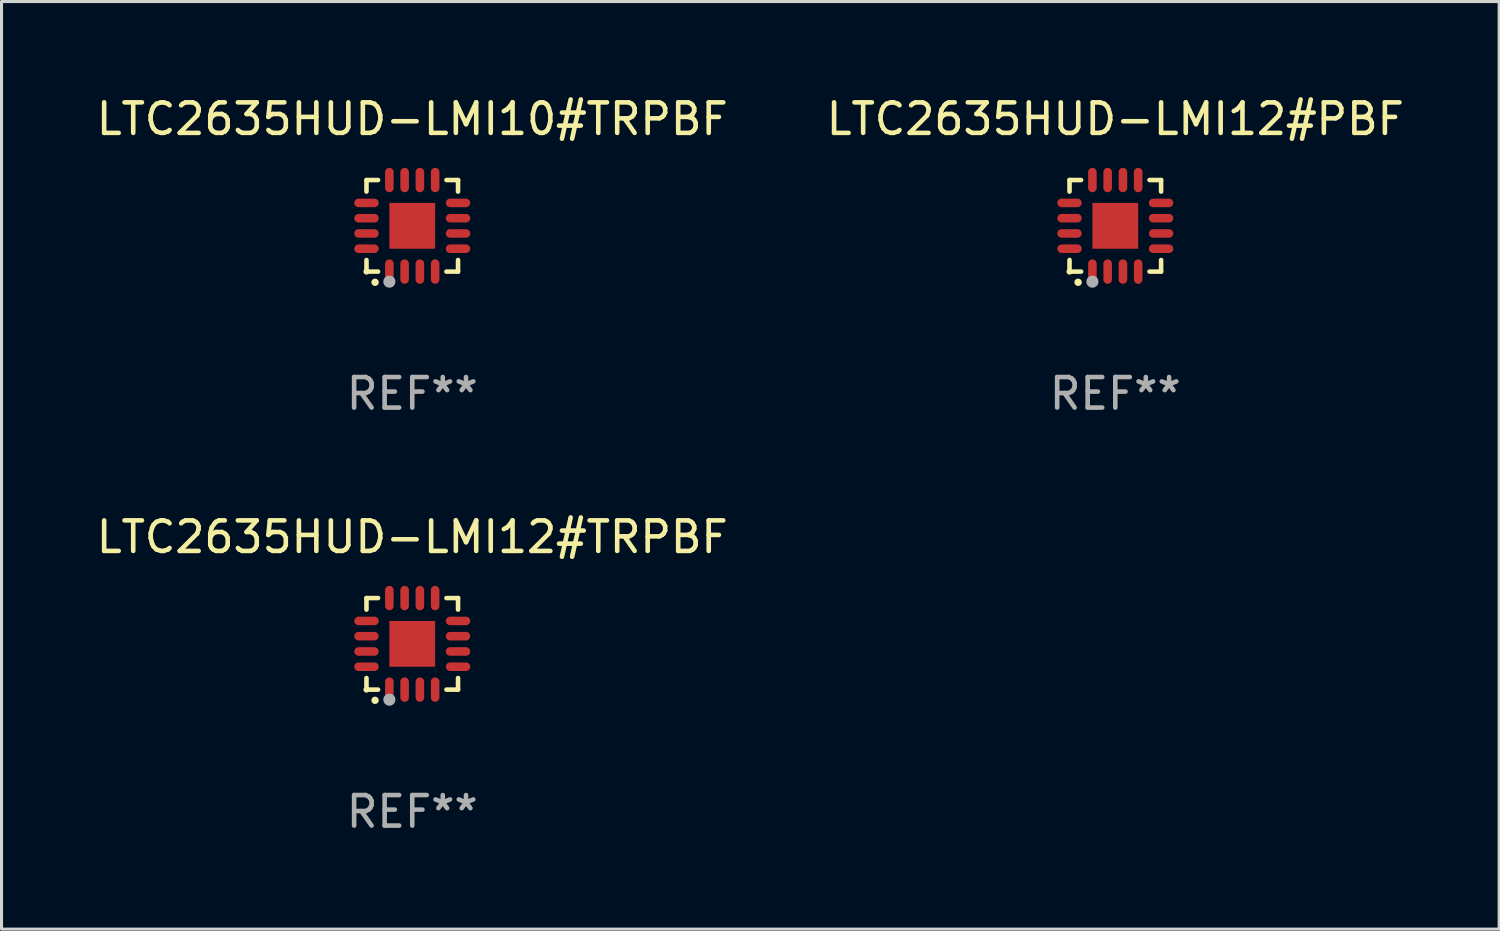
<source format=kicad_pcb>
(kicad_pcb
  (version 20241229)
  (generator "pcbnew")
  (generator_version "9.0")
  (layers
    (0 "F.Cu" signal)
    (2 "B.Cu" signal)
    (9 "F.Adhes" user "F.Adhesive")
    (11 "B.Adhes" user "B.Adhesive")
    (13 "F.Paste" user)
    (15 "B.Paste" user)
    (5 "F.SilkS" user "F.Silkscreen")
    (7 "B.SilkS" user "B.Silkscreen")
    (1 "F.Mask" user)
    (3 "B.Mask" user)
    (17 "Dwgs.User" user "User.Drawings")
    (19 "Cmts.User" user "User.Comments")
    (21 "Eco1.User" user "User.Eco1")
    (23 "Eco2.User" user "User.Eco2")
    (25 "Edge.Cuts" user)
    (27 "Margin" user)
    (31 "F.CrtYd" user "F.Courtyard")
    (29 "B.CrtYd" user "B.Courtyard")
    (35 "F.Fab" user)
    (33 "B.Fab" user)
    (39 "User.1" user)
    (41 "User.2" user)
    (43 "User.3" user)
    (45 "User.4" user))
  (footprint "LTC2635HUD-LMI10#TRPBF"
    (layer "F.Cu")
    (at 10.458 4.349)
    (property "Reference" "LTC2635HUD-LMI10#TRPBF" (at 0 -3.5 0) (layer "F.SilkS") (effects (font (size 1 1) (thickness 0.15))))
    (attr through_hole)
    (fp_line (start -1.5 -1.5) (end -1.121 -1.5) (stroke (width 0.15) (type solid)) (layer "F.SilkS"))
    (fp_line (start -1.5 -1.122) (end -1.5 -1.5) (stroke (width 0.15) (type solid)) (layer "F.SilkS"))
    (fp_line (start -1.5 1.5) (end -1.5 1.121) (stroke (width 0.15) (type solid)) (layer "F.SilkS"))
    (fp_line (start -1.121 1.5) (end -1.5 1.5) (stroke (width 0.15) (type solid)) (layer "F.SilkS"))
    (fp_line (start 1.121 -1.5) (end 1.5 -1.5) (stroke (width 0.15) (type solid)) (layer "F.SilkS"))
    (fp_line (start 1.5 -1.5) (end 1.5 -1.122) (stroke (width 0.15) (type solid)) (layer "F.SilkS"))
    (fp_line (start 1.5 1.121) (end 1.5 1.5) (stroke (width 0.15) (type solid)) (layer "F.SilkS"))
    (fp_line (start 1.5 1.5) (end 1.121 1.5) (stroke (width 0.15) (type solid)) (layer "F.SilkS"))
    (fp_arc (start -1.219926 1.850254) (mid -1.21891 1.85025) (end -1.217894 1.850254) (stroke (width 0.240005) (type solid)) (layer "F.SilkS"))
    (fp_circle (center -1.5 1.5) (end -1.45 1.5) (stroke (width 0.1) (type solid)) (fill no) (layer "F.SilkS"))
    (fp_circle (center -0.75 1.83) (end -0.65 1.83) (stroke (width 0.2) (type solid)) (fill no) (layer "F.Fab"))
    (fp_text user "REF**" (at 0 5.5 0) (layer "F.Fab") (effects (font (size 1 1) (thickness 0.15))))
    (pad "1" smd oval (at -0.75 1.5) (size 0.28 0.8) (layers "F.Cu" "F.Mask" "F.Paste"))
    (pad "2" smd oval (at -0.25 1.5) (size 0.28 0.8) (layers "F.Cu" "F.Mask" "F.Paste"))
    (pad "3" smd oval (at 0.25 1.5) (size 0.28 0.8) (layers "F.Cu" "F.Mask" "F.Paste"))
    (pad "4" smd oval (at 0.75 1.5) (size 0.28 0.8) (layers "F.Cu" "F.Mask" "F.Paste"))
    (pad "5" smd oval (at 1.5 0.75) (size 0.8 0.28) (layers "F.Cu" "F.Mask" "F.Paste"))
    (pad "6" smd oval (at 1.5 0.25) (size 0.8 0.28) (layers "F.Cu" "F.Mask" "F.Paste"))
    (pad "7" smd oval (at 1.5 -0.25) (size 0.8 0.28) (layers "F.Cu" "F.Mask" "F.Paste"))
    (pad "8" smd oval (at 1.5 -0.75) (size 0.8 0.28) (layers "F.Cu" "F.Mask" "F.Paste"))
    (pad "9" smd oval (at 0.75 -1.5) (size 0.28 0.8) (layers "F.Cu" "F.Mask" "F.Paste"))
    (pad "10" smd oval (at 0.25 -1.5) (size 0.28 0.8) (layers "F.Cu" "F.Mask" "F.Paste"))
    (pad "11" smd oval (at -0.25 -1.5) (size 0.28 0.8) (layers "F.Cu" "F.Mask" "F.Paste"))
    (pad "12" smd oval (at -0.75 -1.5) (size 0.28 0.8) (layers "F.Cu" "F.Mask" "F.Paste"))
    (pad "13" smd oval (at -1.5 -0.75) (size 0.8 0.28) (layers "F.Cu" "F.Mask" "F.Paste"))
    (pad "14" smd oval (at -1.5 -0.25) (size 0.8 0.28) (layers "F.Cu" "F.Mask" "F.Paste"))
    (pad "15" smd oval (at -1.5 0.25) (size 0.8 0.28) (layers "F.Cu" "F.Mask" "F.Paste"))
    (pad "16" smd oval (at -1.5 0.75) (size 0.8 0.28) (layers "F.Cu" "F.Mask" "F.Paste"))
    (pad "17" smd rect (at -0.000064 0.000165) (size 1.5 1.5) (layers "F.Cu" "F.Mask" "F.Paste")))
  (footprint "LTC2635HUD-LMI12#TRPBF"
    (layer "F.Cu")
    (at 10.458 18.046)
    (property "Reference" "LTC2635HUD-LMI12#TRPBF" (at 0 -3.5 0) (layer "F.SilkS") (effects (font (size 1 1) (thickness 0.15))))
    (attr through_hole)
    (fp_line (start -1.5 -1.5) (end -1.121 -1.5) (stroke (width 0.15) (type solid)) (layer "F.SilkS"))
    (fp_line (start -1.5 -1.122) (end -1.5 -1.5) (stroke (width 0.15) (type solid)) (layer "F.SilkS"))
    (fp_line (start -1.5 1.5) (end -1.5 1.121) (stroke (width 0.15) (type solid)) (layer "F.SilkS"))
    (fp_line (start -1.121 1.5) (end -1.5 1.5) (stroke (width 0.15) (type solid)) (layer "F.SilkS"))
    (fp_line (start 1.121 -1.5) (end 1.5 -1.5) (stroke (width 0.15) (type solid)) (layer "F.SilkS"))
    (fp_line (start 1.5 -1.5) (end 1.5 -1.122) (stroke (width 0.15) (type solid)) (layer "F.SilkS"))
    (fp_line (start 1.5 1.121) (end 1.5 1.5) (stroke (width 0.15) (type solid)) (layer "F.SilkS"))
    (fp_line (start 1.5 1.5) (end 1.121 1.5) (stroke (width 0.15) (type solid)) (layer "F.SilkS"))
    (fp_arc (start -1.219926 1.850254) (mid -1.21891 1.85025) (end -1.217894 1.850254) (stroke (width 0.240005) (type solid)) (layer "F.SilkS"))
    (fp_circle (center -1.5 1.5) (end -1.45 1.5) (stroke (width 0.1) (type solid)) (fill no) (layer "F.SilkS"))
    (fp_circle (center -0.75 1.83) (end -0.65 1.83) (stroke (width 0.2) (type solid)) (fill no) (layer "F.Fab"))
    (fp_text user "REF**" (at 0 5.5 0) (layer "F.Fab") (effects (font (size 1 1) (thickness 0.15))))
    (pad "1" smd oval (at -0.75 1.5) (size 0.28 0.8) (layers "F.Cu" "F.Mask" "F.Paste"))
    (pad "2" smd oval (at -0.25 1.5) (size 0.28 0.8) (layers "F.Cu" "F.Mask" "F.Paste"))
    (pad "3" smd oval (at 0.25 1.5) (size 0.28 0.8) (layers "F.Cu" "F.Mask" "F.Paste"))
    (pad "4" smd oval (at 0.75 1.5) (size 0.28 0.8) (layers "F.Cu" "F.Mask" "F.Paste"))
    (pad "5" smd oval (at 1.5 0.75) (size 0.8 0.28) (layers "F.Cu" "F.Mask" "F.Paste"))
    (pad "6" smd oval (at 1.5 0.25) (size 0.8 0.28) (layers "F.Cu" "F.Mask" "F.Paste"))
    (pad "7" smd oval (at 1.5 -0.25) (size 0.8 0.28) (layers "F.Cu" "F.Mask" "F.Paste"))
    (pad "8" smd oval (at 1.5 -0.75) (size 0.8 0.28) (layers "F.Cu" "F.Mask" "F.Paste"))
    (pad "9" smd oval (at 0.75 -1.5) (size 0.28 0.8) (layers "F.Cu" "F.Mask" "F.Paste"))
    (pad "10" smd oval (at 0.25 -1.5) (size 0.28 0.8) (layers "F.Cu" "F.Mask" "F.Paste"))
    (pad "11" smd oval (at -0.25 -1.5) (size 0.28 0.8) (layers "F.Cu" "F.Mask" "F.Paste"))
    (pad "12" smd oval (at -0.75 -1.5) (size 0.28 0.8) (layers "F.Cu" "F.Mask" "F.Paste"))
    (pad "13" smd oval (at -1.5 -0.75) (size 0.8 0.28) (layers "F.Cu" "F.Mask" "F.Paste"))
    (pad "14" smd oval (at -1.5 -0.25) (size 0.8 0.28) (layers "F.Cu" "F.Mask" "F.Paste"))
    (pad "15" smd oval (at -1.5 0.25) (size 0.8 0.28) (layers "F.Cu" "F.Mask" "F.Paste"))
    (pad "16" smd oval (at -1.5 0.75) (size 0.8 0.28) (layers "F.Cu" "F.Mask" "F.Paste"))
    (pad "17" smd rect (at -0.000064 0.000165) (size 1.5 1.5) (layers "F.Cu" "F.Mask" "F.Paste")))
  (footprint "LTC2635HUD-LMI12#PBF"
    (layer "F.Cu")
    (at 33.494 4.349)
    (property "Reference" "LTC2635HUD-LMI12#PBF" (at 0 -3.5 0) (layer "F.SilkS") (effects (font (size 1 1) (thickness 0.15))))
    (attr through_hole)
    (fp_line (start -1.5 -1.5) (end -1.121 -1.5) (stroke (width 0.15) (type solid)) (layer "F.SilkS"))
    (fp_line (start -1.5 -1.122) (end -1.5 -1.5) (stroke (width 0.15) (type solid)) (layer "F.SilkS"))
    (fp_line (start -1.5 1.5) (end -1.5 1.121) (stroke (width 0.15) (type solid)) (layer "F.SilkS"))
    (fp_line (start -1.121 1.5) (end -1.5 1.5) (stroke (width 0.15) (type solid)) (layer "F.SilkS"))
    (fp_line (start 1.121 -1.5) (end 1.5 -1.5) (stroke (width 0.15) (type solid)) (layer "F.SilkS"))
    (fp_line (start 1.5 -1.5) (end 1.5 -1.122) (stroke (width 0.15) (type solid)) (layer "F.SilkS"))
    (fp_line (start 1.5 1.121) (end 1.5 1.5) (stroke (width 0.15) (type solid)) (layer "F.SilkS"))
    (fp_line (start 1.5 1.5) (end 1.121 1.5) (stroke (width 0.15) (type solid)) (layer "F.SilkS"))
    (fp_arc (start -1.219926 1.850254) (mid -1.21891 1.85025) (end -1.217894 1.850254) (stroke (width 0.240005) (type solid)) (layer "F.SilkS"))
    (fp_circle (center -1.5 1.5) (end -1.45 1.5) (stroke (width 0.1) (type solid)) (fill no) (layer "F.SilkS"))
    (fp_circle (center -0.75 1.83) (end -0.65 1.83) (stroke (width 0.2) (type solid)) (fill no) (layer "F.Fab"))
    (fp_text user "REF**" (at 0 5.5 0) (layer "F.Fab") (effects (font (size 1 1) (thickness 0.15))))
    (pad "1" smd oval (at -0.75 1.5) (size 0.28 0.8) (layers "F.Cu" "F.Mask" "F.Paste"))
    (pad "2" smd oval (at -0.25 1.5) (size 0.28 0.8) (layers "F.Cu" "F.Mask" "F.Paste"))
    (pad "3" smd oval (at 0.25 1.5) (size 0.28 0.8) (layers "F.Cu" "F.Mask" "F.Paste"))
    (pad "4" smd oval (at 0.75 1.5) (size 0.28 0.8) (layers "F.Cu" "F.Mask" "F.Paste"))
    (pad "5" smd oval (at 1.5 0.75) (size 0.8 0.28) (layers "F.Cu" "F.Mask" "F.Paste"))
    (pad "6" smd oval (at 1.5 0.25) (size 0.8 0.28) (layers "F.Cu" "F.Mask" "F.Paste"))
    (pad "7" smd oval (at 1.5 -0.25) (size 0.8 0.28) (layers "F.Cu" "F.Mask" "F.Paste"))
    (pad "8" smd oval (at 1.5 -0.75) (size 0.8 0.28) (layers "F.Cu" "F.Mask" "F.Paste"))
    (pad "9" smd oval (at 0.75 -1.5) (size 0.28 0.8) (layers "F.Cu" "F.Mask" "F.Paste"))
    (pad "10" smd oval (at 0.25 -1.5) (size 0.28 0.8) (layers "F.Cu" "F.Mask" "F.Paste"))
    (pad "11" smd oval (at -0.25 -1.5) (size 0.28 0.8) (layers "F.Cu" "F.Mask" "F.Paste"))
    (pad "12" smd oval (at -0.75 -1.5) (size 0.28 0.8) (layers "F.Cu" "F.Mask" "F.Paste"))
    (pad "13" smd oval (at -1.5 -0.75) (size 0.8 0.28) (layers "F.Cu" "F.Mask" "F.Paste"))
    (pad "14" smd oval (at -1.5 -0.25) (size 0.8 0.28) (layers "F.Cu" "F.Mask" "F.Paste"))
    (pad "15" smd oval (at -1.5 0.25) (size 0.8 0.28) (layers "F.Cu" "F.Mask" "F.Paste"))
    (pad "16" smd oval (at -1.5 0.75) (size 0.8 0.28) (layers "F.Cu" "F.Mask" "F.Paste"))
    (pad "17" smd rect (at -0.000064 0.000165) (size 1.5 1.5) (layers "F.Cu" "F.Mask" "F.Paste")))
  (gr_rect
    (start -3 -3)
    (end 46.071 27.394)
    (stroke (width 0.1) (type default))
    (fill no)
    (layer "Edge.Cuts")))
</source>
